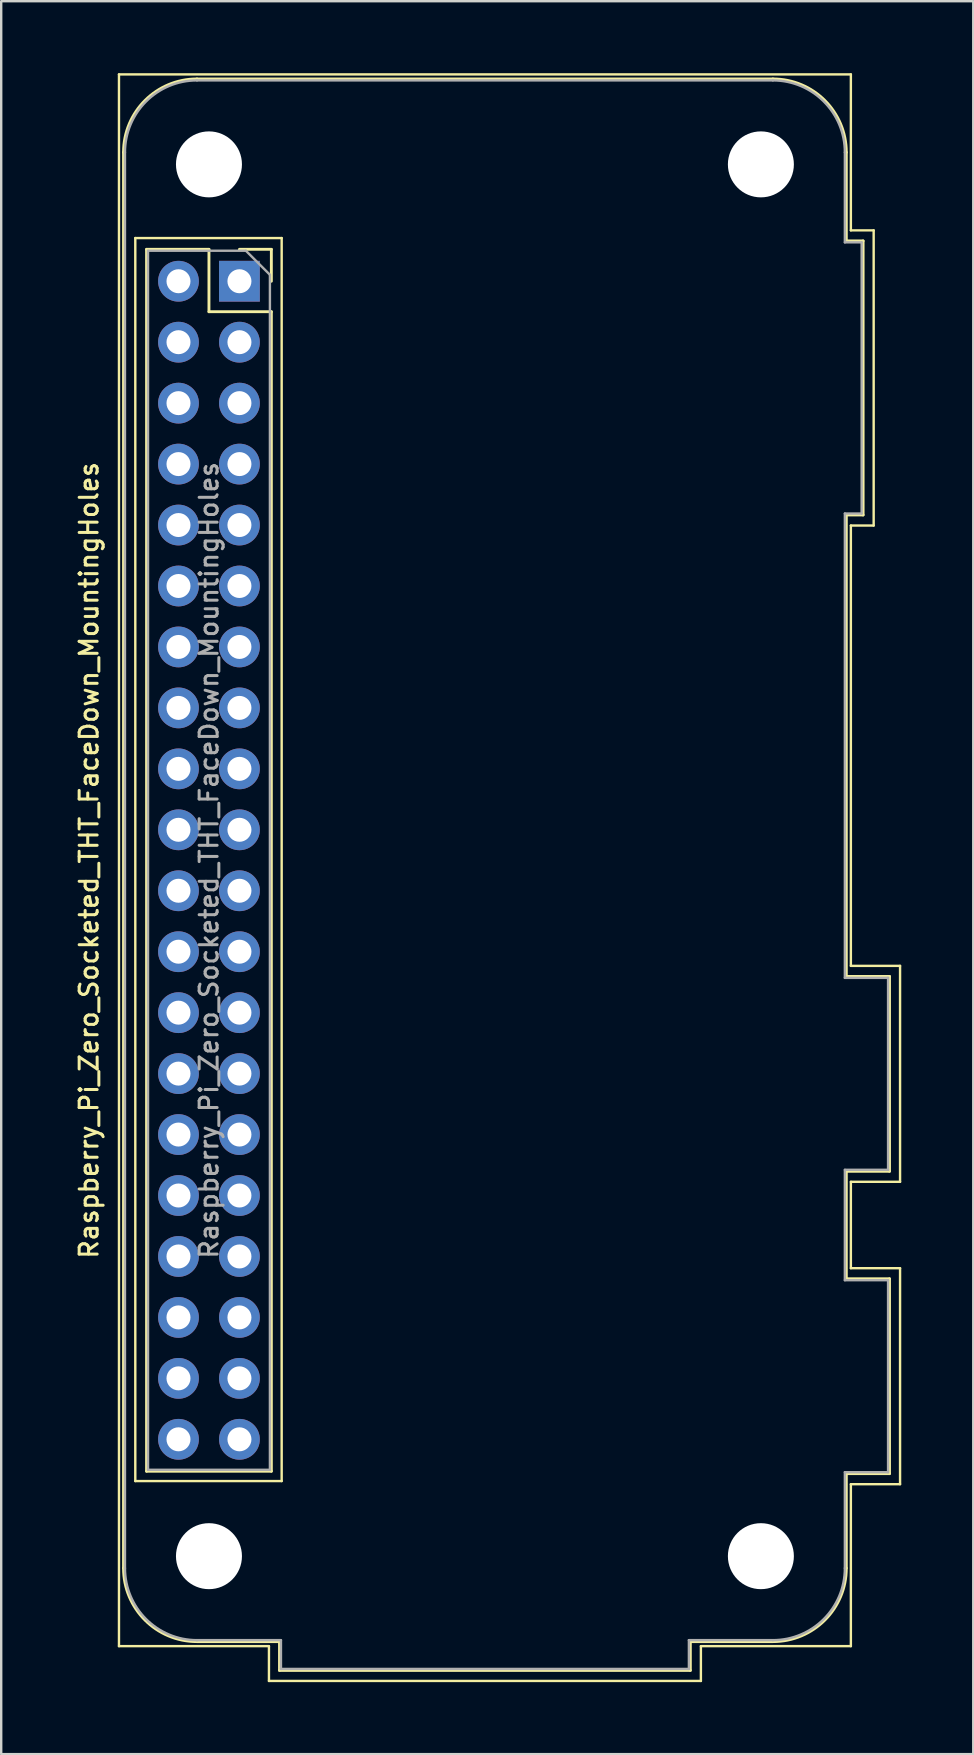
<source format=kicad_pcb>
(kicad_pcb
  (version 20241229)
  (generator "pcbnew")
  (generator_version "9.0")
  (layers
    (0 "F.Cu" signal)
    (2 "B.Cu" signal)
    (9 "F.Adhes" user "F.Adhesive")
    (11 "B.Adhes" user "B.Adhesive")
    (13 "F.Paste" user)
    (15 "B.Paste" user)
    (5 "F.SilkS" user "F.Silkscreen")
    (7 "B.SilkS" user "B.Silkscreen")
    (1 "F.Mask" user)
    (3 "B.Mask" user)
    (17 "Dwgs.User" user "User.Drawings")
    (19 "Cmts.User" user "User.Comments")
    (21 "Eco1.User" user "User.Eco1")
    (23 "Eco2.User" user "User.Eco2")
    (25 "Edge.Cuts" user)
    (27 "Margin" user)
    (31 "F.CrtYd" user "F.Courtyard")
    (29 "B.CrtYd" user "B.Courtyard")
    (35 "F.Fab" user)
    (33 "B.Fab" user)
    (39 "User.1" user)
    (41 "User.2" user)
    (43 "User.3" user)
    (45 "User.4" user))
  (footprint "Raspberry_Pi_Zero_Socketed_THT_FaceDown_MountingHoles"
    (layer "F.Cu")
    (at 6.928 8.67)
    (property "Reference" "Raspberry_Pi_Zero_Socketed_THT_FaceDown_MountingHoles" (at -6.27 24.13 90) (layer "F.SilkS") (effects (font (size 0.75 0.75) (thickness 0.125))))
    (attr through_hole)
    (fp_line (start -5.02 -8.62) (end 25.48 -8.62) (stroke (width 0.1) (type solid)) (layer "F.SilkS"))
    (fp_line (start -5.02 56.88) (end -5.02 -8.62) (stroke (width 0.1) (type solid)) (layer "F.SilkS"))
    (fp_line (start -5.02 56.88) (end 1.23 56.88) (stroke (width 0.1) (type solid)) (layer "F.SilkS"))
    (fp_line (start -4.83 53.63) (end -4.83 -5.37) (stroke (width 0.12) (type solid)) (layer "F.SilkS"))
    (fp_line (start -4.34 -1.8) (end 1.76 -1.8) (stroke (width 0.1) (type solid)) (layer "F.SilkS"))
    (fp_line (start -4.34 50) (end -4.34 -1.8) (stroke (width 0.1) (type solid)) (layer "F.SilkS"))
    (fp_line (start -3.87 -1.33) (end -3.87 49.59) (stroke (width 0.12) (type solid)) (layer "F.SilkS"))
    (fp_line (start -3.87 -1.33) (end -1.27 -1.33) (stroke (width 0.12) (type solid)) (layer "F.SilkS"))
    (fp_line (start -3.87 49.59) (end 1.33 49.59) (stroke (width 0.12) (type solid)) (layer "F.SilkS"))
    (fp_line (start -1.77 -8.43) (end 22.23 -8.43) (stroke (width 0.12) (type solid)) (layer "F.SilkS"))
    (fp_line (start -1.27 -1.33) (end -1.27 1.27) (stroke (width 0.12) (type solid)) (layer "F.SilkS"))
    (fp_line (start -1.27 1.27) (end 1.33 1.27) (stroke (width 0.12) (type solid)) (layer "F.SilkS"))
    (fp_line (start 0 -1.33) (end 1.33 -1.33) (stroke (width 0.12) (type solid)) (layer "F.SilkS"))
    (fp_line (start 1.23 58.33) (end 1.23 56.88) (stroke (width 0.1) (type solid)) (layer "F.SilkS"))
    (fp_line (start 1.33 -1.33) (end 1.33 0) (stroke (width 0.12) (type solid)) (layer "F.SilkS"))
    (fp_line (start 1.33 1.27) (end 1.33 49.59) (stroke (width 0.12) (type solid)) (layer "F.SilkS"))
    (fp_line (start 1.67 56.69) (end -1.77 56.69) (stroke (width 0.12) (type solid)) (layer "F.SilkS"))
    (fp_line (start 1.67 56.69) (end 1.67 57.89) (stroke (width 0.12) (type solid)) (layer "F.SilkS"))
    (fp_line (start 1.67 57.89) (end 18.79 57.89) (stroke (width 0.12) (type solid)) (layer "F.SilkS"))
    (fp_line (start 1.76 -1.8) (end 1.76 50) (stroke (width 0.1) (type solid)) (layer "F.SilkS"))
    (fp_line (start 1.76 50) (end -4.34 50) (stroke (width 0.1) (type solid)) (layer "F.SilkS"))
    (fp_line (start 18.79 56.69) (end 22.23 56.69) (stroke (width 0.12) (type solid)) (layer "F.SilkS"))
    (fp_line (start 18.79 57.89) (end 18.79 56.69) (stroke (width 0.12) (type solid)) (layer "F.SilkS"))
    (fp_line (start 19.23 56.88) (end 25.48 56.88) (stroke (width 0.1) (type solid)) (layer "F.SilkS"))
    (fp_line (start 19.23 58.33) (end 1.23 58.33) (stroke (width 0.1) (type solid)) (layer "F.SilkS"))
    (fp_line (start 19.23 58.33) (end 19.23 56.88) (stroke (width 0.1) (type solid)) (layer "F.SilkS"))
    (fp_line (start 25.29 -1.68) (end 25.29 -5.37) (stroke (width 0.12) (type solid)) (layer "F.SilkS"))
    (fp_line (start 25.29 9.74) (end 25.99 9.74) (stroke (width 0.12) (type solid)) (layer "F.SilkS"))
    (fp_line (start 25.29 28.97) (end 25.29 9.74) (stroke (width 0.12) (type solid)) (layer "F.SilkS"))
    (fp_line (start 25.29 37.09) (end 27.09 37.09) (stroke (width 0.12) (type solid)) (layer "F.SilkS"))
    (fp_line (start 25.29 41.57) (end 25.29 37.09) (stroke (width 0.12) (type solid)) (layer "F.SilkS"))
    (fp_line (start 25.29 49.69) (end 27.09 49.69) (stroke (width 0.12) (type solid)) (layer "F.SilkS"))
    (fp_line (start 25.29 53.63) (end 25.29 49.69) (stroke (width 0.12) (type solid)) (layer "F.SilkS"))
    (fp_line (start 25.48 -2.12) (end 25.48 -8.62) (stroke (width 0.1) (type solid)) (layer "F.SilkS"))
    (fp_line (start 25.48 28.53) (end 25.48 10.18) (stroke (width 0.1) (type solid)) (layer "F.SilkS"))
    (fp_line (start 25.48 37.53) (end 25.48 41.13) (stroke (width 0.1) (type solid)) (layer "F.SilkS"))
    (fp_line (start 25.48 50.13) (end 25.48 56.88) (stroke (width 0.1) (type solid)) (layer "F.SilkS"))
    (fp_line (start 25.99 -1.68) (end 25.29 -1.68) (stroke (width 0.12) (type solid)) (layer "F.SilkS"))
    (fp_line (start 25.99 9.74) (end 25.99 -1.68) (stroke (width 0.12) (type solid)) (layer "F.SilkS"))
    (fp_line (start 26.43 -2.12) (end 25.48 -2.12) (stroke (width 0.1) (type solid)) (layer "F.SilkS"))
    (fp_line (start 26.43 -2.12) (end 26.43 10.18) (stroke (width 0.1) (type solid)) (layer "F.SilkS"))
    (fp_line (start 26.43 10.18) (end 25.48 10.18) (stroke (width 0.1) (type solid)) (layer "F.SilkS"))
    (fp_line (start 27.09 28.97) (end 25.29 28.97) (stroke (width 0.12) (type solid)) (layer "F.SilkS"))
    (fp_line (start 27.09 37.09) (end 27.09 28.97) (stroke (width 0.12) (type solid)) (layer "F.SilkS"))
    (fp_line (start 27.09 41.57) (end 25.29 41.57) (stroke (width 0.12) (type solid)) (layer "F.SilkS"))
    (fp_line (start 27.09 49.69) (end 27.09 41.57) (stroke (width 0.12) (type solid)) (layer "F.SilkS"))
    (fp_line (start 27.53 28.53) (end 25.48 28.53) (stroke (width 0.1) (type solid)) (layer "F.SilkS"))
    (fp_line (start 27.53 37.53) (end 25.48 37.53) (stroke (width 0.1) (type solid)) (layer "F.SilkS"))
    (fp_line (start 27.53 37.53) (end 27.53 28.53) (stroke (width 0.1) (type solid)) (layer "F.SilkS"))
    (fp_line (start 27.53 41.13) (end 25.48 41.13) (stroke (width 0.1) (type solid)) (layer "F.SilkS"))
    (fp_line (start 27.53 50.13) (end 25.48 50.13) (stroke (width 0.1) (type solid)) (layer "F.SilkS"))
    (fp_line (start 27.53 50.13) (end 27.53 41.13) (stroke (width 0.1) (type solid)) (layer "F.SilkS"))
    (fp_arc (start -4.83 -5.37) (mid -3.933747 -7.533747) (end -1.77 -8.43) (stroke (width 0.12) (type solid)) (layer "F.SilkS"))
    (fp_arc (start -1.77 56.69) (mid -3.933747 55.793747) (end -4.83 53.63) (stroke (width 0.12) (type solid)) (layer "F.SilkS"))
    (fp_arc (start 22.23 -8.43) (mid 24.393747 -7.533747) (end 25.29 -5.37) (stroke (width 0.12) (type solid)) (layer "F.SilkS"))
    (fp_arc (start 25.29 53.63) (mid 24.393747 55.793747) (end 22.23 56.69) (stroke (width 0.12) (type solid)) (layer "F.SilkS"))
    (fp_line (start -4.77 53.63) (end -4.77 -5.37) (stroke (width 0.1) (type solid)) (layer "F.Fab"))
    (fp_line (start -3.81 -1.27) (end 0.27 -1.27) (stroke (width 0.1) (type solid)) (layer "F.Fab"))
    (fp_line (start -3.81 49.53) (end -3.81 -1.27) (stroke (width 0.1) (type solid)) (layer "F.Fab"))
    (fp_line (start -1.77 -8.37) (end 22.23 -8.37) (stroke (width 0.1) (type solid)) (layer "F.Fab"))
    (fp_line (start -1.77 56.63) (end 1.73 56.63) (stroke (width 0.1) (type solid)) (layer "F.Fab"))
    (fp_line (start 0.27 -1.27) (end 1.27 -0.27) (stroke (width 0.1) (type solid)) (layer "F.Fab"))
    (fp_line (start 1.27 -0.27) (end 1.27 49.53) (stroke (width 0.1) (type solid)) (layer "F.Fab"))
    (fp_line (start 1.27 49.53) (end -3.81 49.53) (stroke (width 0.1) (type solid)) (layer "F.Fab"))
    (fp_line (start 1.73 56.63) (end 1.73 57.83) (stroke (width 0.1) (type solid)) (layer "F.Fab"))
    (fp_line (start 1.73 57.83) (end 18.73 57.83) (stroke (width 0.1) (type solid)) (layer "F.Fab"))
    (fp_line (start 18.73 56.63) (end 18.73 57.83) (stroke (width 0.1) (type solid)) (layer "F.Fab"))
    (fp_line (start 22.23 56.63) (end 18.73 56.63) (stroke (width 0.1) (type solid)) (layer "F.Fab"))
    (fp_line (start 25.23 -1.62) (end 25.23 -5.37) (stroke (width 0.1) (type solid)) (layer "F.Fab"))
    (fp_line (start 25.23 -1.62) (end 25.93 -1.62) (stroke (width 0.1) (type solid)) (layer "F.Fab"))
    (fp_line (start 25.23 9.68) (end 25.93 9.68) (stroke (width 0.1) (type solid)) (layer "F.Fab"))
    (fp_line (start 25.23 29.03) (end 25.23 9.68) (stroke (width 0.1) (type solid)) (layer "F.Fab"))
    (fp_line (start 25.23 37.03) (end 27.03 37.03) (stroke (width 0.1) (type solid)) (layer "F.Fab"))
    (fp_line (start 25.23 41.63) (end 25.23 37.03) (stroke (width 0.1) (type solid)) (layer "F.Fab"))
    (fp_line (start 25.23 49.63) (end 25.23 53.63) (stroke (width 0.1) (type solid)) (layer "F.Fab"))
    (fp_line (start 25.23 49.63) (end 27.03 49.63) (stroke (width 0.1) (type solid)) (layer "F.Fab"))
    (fp_line (start 25.93 9.68) (end 25.93 -1.62) (stroke (width 0.1) (type solid)) (layer "F.Fab"))
    (fp_line (start 27.03 29.03) (end 25.23 29.03) (stroke (width 0.1) (type solid)) (layer "F.Fab"))
    (fp_line (start 27.03 37.03) (end 27.03 29.03) (stroke (width 0.1) (type solid)) (layer "F.Fab"))
    (fp_line (start 27.03 41.63) (end 25.23 41.63) (stroke (width 0.1) (type solid)) (layer "F.Fab"))
    (fp_line (start 27.03 49.63) (end 27.03 41.63) (stroke (width 0.1) (type solid)) (layer "F.Fab"))
    (fp_arc (start -4.77 -5.37) (mid -3.89132 -7.49132) (end -1.77 -8.37) (stroke (width 0.1) (type solid)) (layer "F.Fab"))
    (fp_arc (start -1.77 56.63) (mid -3.89132 55.75132) (end -4.77 53.63) (stroke (width 0.1) (type solid)) (layer "F.Fab"))
    (fp_arc (start 22.23 -8.37) (mid 24.35132 -7.49132) (end 25.23 -5.37) (stroke (width 0.1) (type solid)) (layer "F.Fab"))
    (fp_arc (start 25.23 53.63) (mid 24.35132 55.75132) (end 22.23 56.63) (stroke (width 0.1) (type solid)) (layer "F.Fab"))
    (fp_text user "${REFERENCE}" (at -1.27 24.13 90) (layer "F.Fab") (effects (font (size 0.75 0.75) (thickness 0.125))))
    (pad "" np_thru_hole circle (at -1.27 -4.87 90) (size 2.75 2.75) (drill 2.75) (layers "*.Cu" "*.Mask"))
    (pad "" np_thru_hole circle (at -1.27 53.13 90) (size 2.75 2.75) (drill 2.75) (layers "*.Cu" "*.Mask"))
    (pad "" np_thru_hole circle (at 21.73 -4.87 90) (size 2.75 2.75) (drill 2.75) (layers "*.Cu" "*.Mask"))
    (pad "" np_thru_hole circle (at 21.73 53.13 90) (size 2.75 2.75) (drill 2.75) (layers "*.Cu" "*.Mask"))
    (pad "1" thru_hole rect (at 0 0) (size 1.7 1.7) (drill 1) (layers "*.Cu" "*.Mask"))
    (pad "2" thru_hole oval (at -2.54 0) (size 1.7 1.7) (drill 1) (layers "*.Cu" "*.Mask"))
    (pad "3" thru_hole oval (at 0 2.54) (size 1.7 1.7) (drill 1) (layers "*.Cu" "*.Mask"))
    (pad "4" thru_hole oval (at -2.54 2.54) (size 1.7 1.7) (drill 1) (layers "*.Cu" "*.Mask"))
    (pad "5" thru_hole oval (at 0 5.08) (size 1.7 1.7) (drill 1) (layers "*.Cu" "*.Mask"))
    (pad "6" thru_hole oval (at -2.54 5.08) (size 1.7 1.7) (drill 1) (layers "*.Cu" "*.Mask"))
    (pad "7" thru_hole oval (at 0 7.62) (size 1.7 1.7) (drill 1) (layers "*.Cu" "*.Mask"))
    (pad "8" thru_hole oval (at -2.54 7.62) (size 1.7 1.7) (drill 1) (layers "*.Cu" "*.Mask"))
    (pad "9" thru_hole oval (at 0 10.16) (size 1.7 1.7) (drill 1) (layers "*.Cu" "*.Mask"))
    (pad "10" thru_hole oval (at -2.54 10.16) (size 1.7 1.7) (drill 1) (layers "*.Cu" "*.Mask"))
    (pad "11" thru_hole oval (at 0 12.7) (size 1.7 1.7) (drill 1) (layers "*.Cu" "*.Mask"))
    (pad "12" thru_hole oval (at -2.54 12.7) (size 1.7 1.7) (drill 1) (layers "*.Cu" "*.Mask"))
    (pad "13" thru_hole oval (at 0 15.24) (size 1.7 1.7) (drill 1) (layers "*.Cu" "*.Mask"))
    (pad "14" thru_hole oval (at -2.54 15.24) (size 1.7 1.7) (drill 1) (layers "*.Cu" "*.Mask"))
    (pad "15" thru_hole oval (at 0 17.78) (size 1.7 1.7) (drill 1) (layers "*.Cu" "*.Mask"))
    (pad "16" thru_hole oval (at -2.54 17.78) (size 1.7 1.7) (drill 1) (layers "*.Cu" "*.Mask"))
    (pad "17" thru_hole oval (at 0 20.32) (size 1.7 1.7) (drill 1) (layers "*.Cu" "*.Mask"))
    (pad "18" thru_hole oval (at -2.54 20.32) (size 1.7 1.7) (drill 1) (layers "*.Cu" "*.Mask"))
    (pad "19" thru_hole oval (at 0 22.86) (size 1.7 1.7) (drill 1) (layers "*.Cu" "*.Mask"))
    (pad "20" thru_hole oval (at -2.54 22.86) (size 1.7 1.7) (drill 1) (layers "*.Cu" "*.Mask"))
    (pad "21" thru_hole oval (at 0 25.4) (size 1.7 1.7) (drill 1) (layers "*.Cu" "*.Mask"))
    (pad "22" thru_hole oval (at -2.54 25.4) (size 1.7 1.7) (drill 1) (layers "*.Cu" "*.Mask"))
    (pad "23" thru_hole oval (at 0 27.94) (size 1.7 1.7) (drill 1) (layers "*.Cu" "*.Mask"))
    (pad "24" thru_hole oval (at -2.54 27.94) (size 1.7 1.7) (drill 1) (layers "*.Cu" "*.Mask"))
    (pad "25" thru_hole oval (at 0 30.48) (size 1.7 1.7) (drill 1) (layers "*.Cu" "*.Mask"))
    (pad "26" thru_hole oval (at -2.54 30.48) (size 1.7 1.7) (drill 1) (layers "*.Cu" "*.Mask"))
    (pad "27" thru_hole oval (at 0 33.02) (size 1.7 1.7) (drill 1) (layers "*.Cu" "*.Mask"))
    (pad "28" thru_hole oval (at -2.54 33.02) (size 1.7 1.7) (drill 1) (layers "*.Cu" "*.Mask"))
    (pad "29" thru_hole oval (at 0 35.56) (size 1.7 1.7) (drill 1) (layers "*.Cu" "*.Mask"))
    (pad "30" thru_hole oval (at -2.54 35.56) (size 1.7 1.7) (drill 1) (layers "*.Cu" "*.Mask"))
    (pad "31" thru_hole oval (at 0 38.1) (size 1.7 1.7) (drill 1) (layers "*.Cu" "*.Mask"))
    (pad "32" thru_hole oval (at -2.54 38.1) (size 1.7 1.7) (drill 1) (layers "*.Cu" "*.Mask"))
    (pad "33" thru_hole oval (at 0 40.64) (size 1.7 1.7) (drill 1) (layers "*.Cu" "*.Mask"))
    (pad "34" thru_hole oval (at -2.54 40.64) (size 1.7 1.7) (drill 1) (layers "*.Cu" "*.Mask"))
    (pad "35" thru_hole oval (at 0 43.18) (size 1.7 1.7) (drill 1) (layers "*.Cu" "*.Mask"))
    (pad "36" thru_hole oval (at -2.54 43.18) (size 1.7 1.7) (drill 1) (layers "*.Cu" "*.Mask"))
    (pad "37" thru_hole oval (at 0 45.72) (size 1.7 1.7) (drill 1) (layers "*.Cu" "*.Mask"))
    (pad "38" thru_hole oval (at -2.54 45.72) (size 1.7 1.7) (drill 1) (layers "*.Cu" "*.Mask"))
    (pad "39" thru_hole oval (at 0 48.26) (size 1.7 1.7) (drill 1) (layers "*.Cu" "*.Mask"))
    (pad "40" thru_hole oval (at -2.54 48.26) (size 1.7 1.7) (drill 1) (layers "*.Cu" "*.Mask")))
  (gr_rect
    (start -3 -3)
    (end 37.508 70.05)
    (stroke (width 0.1) (type default))
    (fill no)
    (layer "Edge.Cuts")))
</source>
